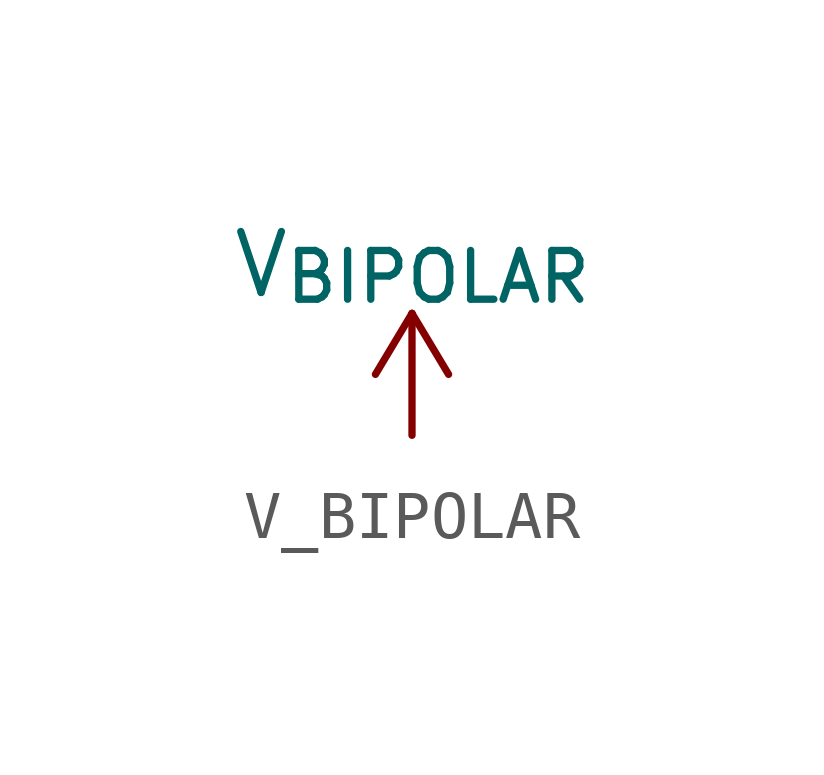
<source format=kicad_sym>
(kicad_symbol_lib
  (version 20220914)
  (generator kicad_symbol_editor)
  (symbol "V_BIPOLAR"
    (power)
    (pin_names
      (offset 0))
    (property "Reference" "#PWR"
      (at 0 -3.81 0)
      (effects (font (size 1.27 1.27)) hide))
    (property "Value" "V_{BIPOLAR}"
      (at 0 3.556 0)
      (effects (font (size 1.27 1.27))))
    (symbol "V_BIPOLAR_0_1"
      (polyline (pts (xy -0.762 1.27) (xy 0 2.54)) (stroke (width 0) (type default)) (fill (type none)))
      (polyline (pts (xy 0 0) (xy 0 2.54)) (stroke (width 0) (type default)) (fill (type none)))
      (polyline (pts (xy 0 2.54) (xy 0.762 1.27)) (stroke (width 0) (type default)) (fill (type none))))
    (symbol "V_BIPOLAR_1_1"
      (pin power_in line (at 0 0 90) (length 0) hide (name "V_BIPOLAR" (effects (font (size 1.27 1.27)))) (number "1" (effects (font (size 1.27 1.27))))))))
</source>
